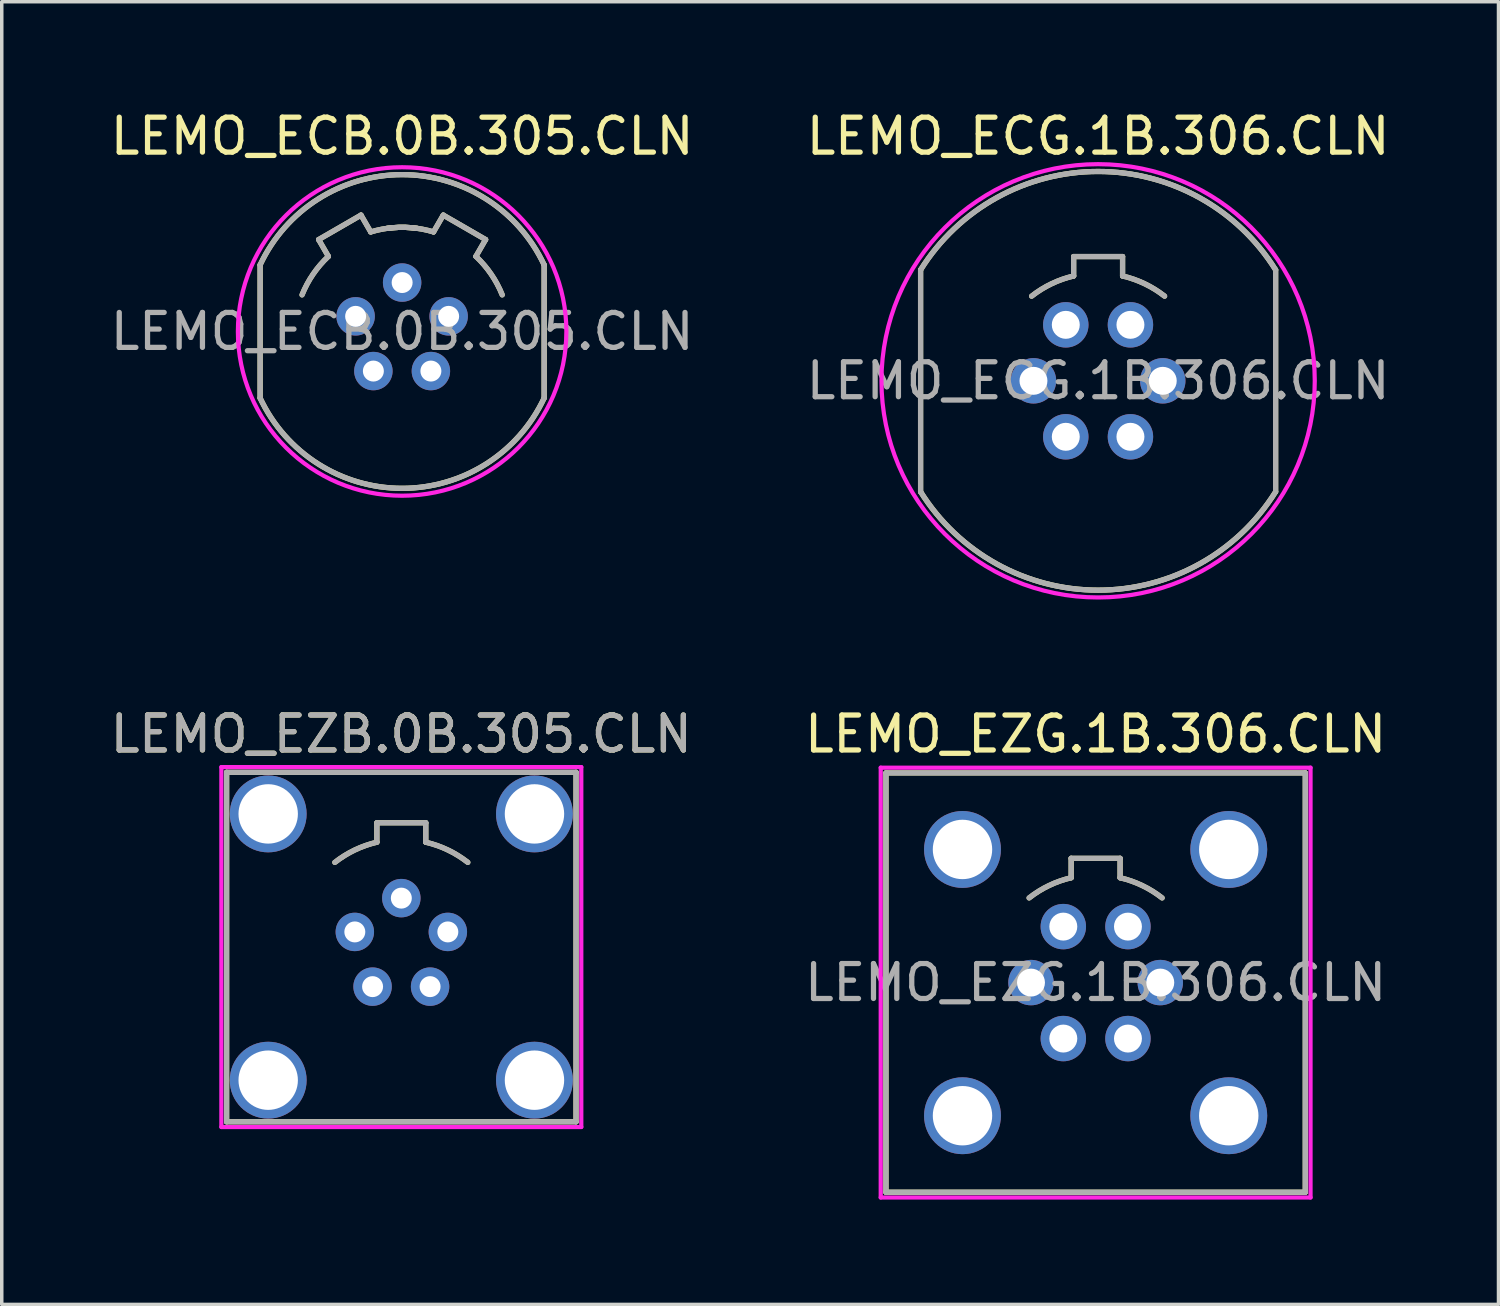
<source format=kicad_pcb>
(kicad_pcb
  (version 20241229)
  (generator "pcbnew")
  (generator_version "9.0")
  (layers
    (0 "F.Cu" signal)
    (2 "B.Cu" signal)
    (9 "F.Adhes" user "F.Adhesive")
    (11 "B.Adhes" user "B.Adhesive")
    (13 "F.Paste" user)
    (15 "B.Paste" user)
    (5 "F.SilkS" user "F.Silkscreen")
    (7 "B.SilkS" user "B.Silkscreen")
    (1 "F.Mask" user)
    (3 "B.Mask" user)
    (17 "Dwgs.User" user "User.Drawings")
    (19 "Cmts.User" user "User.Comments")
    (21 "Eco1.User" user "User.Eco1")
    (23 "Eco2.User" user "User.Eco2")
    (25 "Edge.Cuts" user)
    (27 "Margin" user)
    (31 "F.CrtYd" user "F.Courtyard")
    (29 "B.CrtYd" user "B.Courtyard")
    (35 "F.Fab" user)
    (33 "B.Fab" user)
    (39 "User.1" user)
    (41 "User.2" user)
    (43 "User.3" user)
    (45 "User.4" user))
  (footprint "LEMO_ECB.0B.305.CLN"
    (layer "F.Cu")
    (at 8.458 6.436)
    (property "Reference" "LEMO_ECB.0B.305.CLN" (at 0 -5.588 0) (layer "F.SilkS") (effects (font (size 1 1) (thickness 0.15))))
    (attr through_hole)
    (fp_line (start -4.064 -1.905) (end -4.064 1.905) (stroke (width 0.15) (type solid)) (layer "F.SilkS"))
    (fp_line (start -2.111 -2.149) (end -2.389 -2.63) (stroke (width 0.15) (type solid)) (layer "F.SilkS"))
    (fp_line (start -1.177 -3.33) (end -2.389 -2.63) (stroke (width 0.15) (type solid)) (layer "F.SilkS"))
    (fp_line (start -0.899 -2.849) (end -1.177 -3.33) (stroke (width 0.15) (type solid)) (layer "F.SilkS"))
    (fp_line (start 0.899 -2.849) (end 1.177 -3.33) (stroke (width 0.15) (type solid)) (layer "F.SilkS"))
    (fp_line (start 2.111 -2.149) (end 2.389 -2.63) (stroke (width 0.15) (type solid)) (layer "F.SilkS"))
    (fp_line (start 2.389 -2.63) (end 1.177 -3.33) (stroke (width 0.15) (type solid)) (layer "F.SilkS"))
    (fp_line (start 4.064 -1.905) (end 4.064 1.905) (stroke (width 0.15) (type solid)) (layer "F.SilkS"))
    (fp_arc (start -4.063999 -1.905) (mid 0 -4.488331) (end 4.063999 -1.904999) (stroke (width 0.15) (type solid)) (layer "F.SilkS"))
    (fp_arc (start -2.864187 -1.047846) (mid -2.548092 -1.639442) (end -2.111445 -2.148599) (stroke (width 0.15) (type solid)) (layer "F.SilkS"))
    (fp_arc (start -0.899009 -2.848599) (mid -0.239742 -2.972168) (end 0.430642 -2.950116) (stroke (width 0.15) (type solid)) (layer "F.SilkS"))
    (fp_arc (start -0.430642 -2.950116) (mid 0.239742 -2.972168) (end 0.899009 -2.848599) (stroke (width 0.15) (type solid)) (layer "F.SilkS"))
    (fp_arc (start 2.111445 -2.148599) (mid 2.548092 -1.639442) (end 2.864187 -1.047846) (stroke (width 0.15) (type solid)) (layer "F.SilkS"))
    (fp_arc (start 4.063999 1.905) (mid 0 4.488331) (end -4.063999 1.904999) (stroke (width 0.15) (type solid)) (layer "F.SilkS"))
    (fp_circle (center 0 0) (end 4.7 0) (stroke (width 0.12) (type solid)) (fill no) (layer "F.CrtYd"))
    (fp_line (start -4.064 -1.905) (end -4.064 1.905) (stroke (width 0.15) (type solid)) (layer "F.Fab"))
    (fp_line (start -2.111 -2.149) (end -2.389 -2.63) (stroke (width 0.15) (type solid)) (layer "F.Fab"))
    (fp_line (start -1.177 -3.33) (end -2.389 -2.63) (stroke (width 0.15) (type solid)) (layer "F.Fab"))
    (fp_line (start -0.899 -2.849) (end -1.177 -3.33) (stroke (width 0.15) (type solid)) (layer "F.Fab"))
    (fp_line (start 0.899 -2.849) (end 1.177 -3.33) (stroke (width 0.15) (type solid)) (layer "F.Fab"))
    (fp_line (start 2.111 -2.149) (end 2.389 -2.63) (stroke (width 0.15) (type solid)) (layer "F.Fab"))
    (fp_line (start 2.389 -2.63) (end 1.177 -3.33) (stroke (width 0.15) (type solid)) (layer "F.Fab"))
    (fp_line (start 4.064 -1.905) (end 4.064 1.905) (stroke (width 0.15) (type solid)) (layer "F.Fab"))
    (fp_arc (start -4.064985 -1.902895) (mid -0.001162 -4.488331) (end 4.063999 -1.904999) (stroke (width 0.15) (type solid)) (layer "F.Fab"))
    (fp_arc (start -2.864187 -1.047846) (mid -2.548092 -1.639442) (end -2.111445 -2.148599) (stroke (width 0.15) (type solid)) (layer "F.Fab"))
    (fp_arc (start -0.899009 -2.848599) (mid -0.239742 -2.972168) (end 0.430642 -2.950116) (stroke (width 0.15) (type solid)) (layer "F.Fab"))
    (fp_arc (start -0.430642 -2.950116) (mid 0.239742 -2.972168) (end 0.899009 -2.848599) (stroke (width 0.15) (type solid)) (layer "F.Fab"))
    (fp_arc (start 2.111445 -2.148599) (mid 2.548092 -1.639442) (end 2.864187 -1.047846) (stroke (width 0.15) (type solid)) (layer "F.Fab"))
    (fp_arc (start 4.064984 1.902895) (mid 0.001161 4.488331) (end -4.064 1.904999) (stroke (width 0.15) (type solid)) (layer "F.Fab"))
    (fp_text user "${REFERENCE}" (at 0 0 0) (layer "F.Fab") (effects (font (size 1 1) (thickness 0.15))))
    (pad "1" thru_hole circle (at 0 -1.4) (size 1.1 1.1) (drill 0.6) (layers "*.Cu" "*.Mask"))
    (pad "2" thru_hole circle (at -1.331 -0.433) (size 1.1 1.1) (drill 0.6) (layers "*.Cu" "*.Mask"))
    (pad "3" thru_hole circle (at -0.823 1.133) (size 1.1 1.1) (drill 0.6) (layers "*.Cu" "*.Mask"))
    (pad "4" thru_hole circle (at 0.823 1.133) (size 1.1 1.1) (drill 0.6) (layers "*.Cu" "*.Mask"))
    (pad "5" thru_hole circle (at 1.331 -0.433) (size 1.1 1.1) (drill 0.6) (layers "*.Cu" "*.Mask")))
  (footprint "LEMO_ECG.1B.306.CLN"
    (layer "F.Cu")
    (at 28.375 7.848)
    (property "Reference" "LEMO_ECG.1B.306.CLN" (at 0 -7 0) (layer "F.SilkS") (effects (font (size 1 1) (thickness 0.15))))
    (attr through_hole)
    (fp_line (start -5.08 -3.175) (end -5.08 3.175) (stroke (width 0.15) (type solid)) (layer "F.SilkS"))
    (fp_line (start -0.7 -3) (end -0.7 -3.556) (stroke (width 0.15) (type solid)) (layer "F.SilkS"))
    (fp_line (start 0.7 -3.556) (end -0.7 -3.556) (stroke (width 0.15) (type solid)) (layer "F.SilkS"))
    (fp_line (start 0.7 -3) (end 0.7 -3.556) (stroke (width 0.15) (type solid)) (layer "F.SilkS"))
    (fp_line (start 5.08 -3.175) (end 5.08 3.175) (stroke (width 0.15) (type solid)) (layer "F.SilkS"))
    (fp_arc (start -5.079999 -3.175) (mid 0 -5.990577) (end 5.079999 -3.174999) (stroke (width 0.15) (type solid)) (layer "F.SilkS"))
    (fp_arc (start -1.90227 -2.423091) (mid -1.332726 -2.777381) (end -0.7 -3) (stroke (width 0.15) (type solid)) (layer "F.SilkS"))
    (fp_arc (start 0.7 -3) (mid 1.332726 -2.77738) (end 1.90227 -2.423091) (stroke (width 0.15) (type solid)) (layer "F.SilkS"))
    (fp_arc (start 5.079999 3.175) (mid 0 5.990577) (end -5.079999 3.174999) (stroke (width 0.15) (type solid)) (layer "F.SilkS"))
    (fp_circle (center 0 0) (end 6.2 0) (stroke (width 0.12) (type solid)) (fill no) (layer "F.CrtYd"))
    (fp_line (start -5.08 -3.175) (end -5.08 3.175) (stroke (width 0.15) (type solid)) (layer "F.Fab"))
    (fp_line (start -0.7 -3) (end -0.7 -3.556) (stroke (width 0.15) (type solid)) (layer "F.Fab"))
    (fp_line (start 0.7 -3.556) (end -0.7 -3.556) (stroke (width 0.15) (type solid)) (layer "F.Fab"))
    (fp_line (start 0.7 -3) (end 0.7 -3.556) (stroke (width 0.15) (type solid)) (layer "F.Fab"))
    (fp_line (start 5.08 -3.175) (end 5.08 3.175) (stroke (width 0.15) (type solid)) (layer "F.Fab"))
    (fp_arc (start -5.080596 -3.174045) (mid -0.000563 -5.990577) (end 5.079998 -3.174999) (stroke (width 0.15) (type solid)) (layer "F.Fab"))
    (fp_arc (start -1.90227 -2.423091) (mid -1.332726 -2.777381) (end -0.7 -3) (stroke (width 0.15) (type solid)) (layer "F.Fab"))
    (fp_arc (start 0.7 -3) (mid 1.332726 -2.77738) (end 1.90227 -2.423091) (stroke (width 0.15) (type solid)) (layer "F.Fab"))
    (fp_arc (start 5.080595 3.174045) (mid 0.000562 5.990577) (end -5.079999 3.174999) (stroke (width 0.15) (type solid)) (layer "F.Fab"))
    (fp_text user "${REFERENCE}" (at 0 0 0) (layer "F.Fab") (effects (font (size 1 1) (thickness 0.15))))
    (pad "1" thru_hole circle (at -0.925 -1.602) (size 1.3 1.3) (drill 0.8) (layers "*.Cu" "*.Mask"))
    (pad "2" thru_hole circle (at -1.85 0) (size 1.3 1.3) (drill 0.8) (layers "*.Cu" "*.Mask"))
    (pad "3" thru_hole circle (at -0.925 1.602) (size 1.3 1.3) (drill 0.8) (layers "*.Cu" "*.Mask"))
    (pad "4" thru_hole circle (at 0.925 1.602) (size 1.3 1.3) (drill 0.8) (layers "*.Cu" "*.Mask"))
    (pad "5" thru_hole circle (at 1.85 0) (size 1.3 1.3) (drill 0.8) (layers "*.Cu" "*.Mask"))
    (pad "6" thru_hole circle (at 0.925 -1.602) (size 1.3 1.3) (drill 0.8) (layers "*.Cu" "*.Mask")))
  (footprint "LEMO_EZG.1B.306.CLN"
    (layer "F.Cu")
    (at 28.304 25.069)
    (property "Reference" "LEMO_EZG.1B.306.CLN" (at 0 -7.112 0) (layer "F.SilkS") (effects (font (size 1 1) (thickness 0.15))))
    (attr through_hole)
    (fp_line (start -6 -6) (end 6 -6) (stroke (width 0.15) (type solid)) (layer "F.SilkS"))
    (fp_line (start -6 6) (end -6 -6) (stroke (width 0.15) (type solid)) (layer "F.SilkS"))
    (fp_line (start -0.7 -3) (end -0.7 -3.556) (stroke (width 0.15) (type solid)) (layer "F.SilkS"))
    (fp_line (start 0.7 -3.556) (end -0.7 -3.556) (stroke (width 0.15) (type solid)) (layer "F.SilkS"))
    (fp_line (start 0.7 -3) (end 0.7 -3.556) (stroke (width 0.15) (type solid)) (layer "F.SilkS"))
    (fp_line (start 6 -6) (end 6 6) (stroke (width 0.15) (type solid)) (layer "F.SilkS"))
    (fp_line (start 6 6) (end -6 6) (stroke (width 0.15) (type solid)) (layer "F.SilkS"))
    (fp_arc (start -1.90227 -2.423091) (mid -1.332726 -2.777381) (end -0.7 -3) (stroke (width 0.15) (type solid)) (layer "F.SilkS"))
    (fp_arc (start 0.7 -3) (mid 1.332726 -2.77738) (end 1.90227 -2.423091) (stroke (width 0.15) (type solid)) (layer "F.SilkS"))
    (fp_line (start -6.15 -6.15) (end 6.15 -6.15) (stroke (width 0.12) (type solid)) (layer "F.CrtYd"))
    (fp_line (start -6.15 6.15) (end -6.15 -6.15) (stroke (width 0.12) (type solid)) (layer "F.CrtYd"))
    (fp_line (start 6.15 -6.15) (end 6.15 6.15) (stroke (width 0.12) (type solid)) (layer "F.CrtYd"))
    (fp_line (start 6.15 6.15) (end -6.15 6.15) (stroke (width 0.12) (type solid)) (layer "F.CrtYd"))
    (fp_line (start -6 -6) (end 6 -6) (stroke (width 0.15) (type solid)) (layer "F.Fab"))
    (fp_line (start -6 6) (end -6 -6) (stroke (width 0.15) (type solid)) (layer "F.Fab"))
    (fp_line (start -0.7 -3) (end -0.7 -3.556) (stroke (width 0.15) (type solid)) (layer "F.Fab"))
    (fp_line (start 0.7 -3.556) (end -0.7 -3.556) (stroke (width 0.15) (type solid)) (layer "F.Fab"))
    (fp_line (start 0.7 -3) (end 0.7 -3.556) (stroke (width 0.15) (type solid)) (layer "F.Fab"))
    (fp_line (start 6 -6) (end 6 6) (stroke (width 0.15) (type solid)) (layer "F.Fab"))
    (fp_line (start 6 6) (end -6 6) (stroke (width 0.15) (type solid)) (layer "F.Fab"))
    (fp_arc (start -1.905 -2.423091) (mid -1.335456 -2.777381) (end -0.70273 -3) (stroke (width 0.15) (type solid)) (layer "F.Fab"))
    (fp_arc (start 0.7 -3) (mid 1.332726 -2.77738) (end 1.90227 -2.423091) (stroke (width 0.15) (type solid)) (layer "F.Fab"))
    (fp_text user "${REFERENCE}" (at 0 0 0) (layer "F.Fab") (effects (font (size 1 1) (thickness 0.15))))
    (pad "1" thru_hole circle (at -0.925 -1.602) (size 1.3 1.3) (drill 0.8) (layers "*.Cu" "*.Mask"))
    (pad "2" thru_hole circle (at -1.85 0) (size 1.3 1.3) (drill 0.8) (layers "*.Cu" "*.Mask"))
    (pad "3" thru_hole circle (at -0.925 1.602) (size 1.3 1.3) (drill 0.8) (layers "*.Cu" "*.Mask"))
    (pad "4" thru_hole circle (at 0.925 1.602) (size 1.3 1.3) (drill 0.8) (layers "*.Cu" "*.Mask"))
    (pad "5" thru_hole circle (at 1.85 0) (size 1.3 1.3) (drill 0.8) (layers "*.Cu" "*.Mask"))
    (pad "6" thru_hole circle (at 0.925 -1.602) (size 1.3 1.3) (drill 0.8) (layers "*.Cu" "*.Mask"))
    (pad "SH" thru_hole circle (at -3.81 -3.81) (size 2.2 2.2) (drill 1.7) (layers "*.Cu" "*.Mask"))
    (pad "SH" thru_hole circle (at -3.81 3.81) (size 2.2 2.2) (drill 1.7) (layers "*.Cu" "*.Mask"))
    (pad "SH" thru_hole circle (at 3.81 -3.81) (size 2.2 2.2) (drill 1.7) (layers "*.Cu" "*.Mask"))
    (pad "SH" thru_hole circle (at 3.81 3.81) (size 2.2 2.2) (drill 1.7) (layers "*.Cu" "*.Mask")))
  (footprint "LEMO_EZB.0B.305.CLN"
    (layer "F.Cu")
    (at 8.435 24.052)
    (property "Reference" "LEMO_EZB.0B.305.CLN" (at 0 -6.096 0) (layer "F.SilkS") (effects (font (size 1 1) (thickness 0.15))))
    (attr through_hole)
    (fp_line (start -5 -5) (end 5 -5) (stroke (width 0.15) (type solid)) (layer "F.SilkS"))
    (fp_line (start -5 5) (end -5 -5) (stroke (width 0.15) (type solid)) (layer "F.SilkS"))
    (fp_line (start -0.7 -3) (end -0.7 -3.556) (stroke (width 0.15) (type solid)) (layer "F.SilkS"))
    (fp_line (start 0.7 -3.556) (end -0.7 -3.556) (stroke (width 0.15) (type solid)) (layer "F.SilkS"))
    (fp_line (start 0.7 -3) (end 0.7 -3.556) (stroke (width 0.15) (type solid)) (layer "F.SilkS"))
    (fp_line (start 5 -5) (end 5 5) (stroke (width 0.15) (type solid)) (layer "F.SilkS"))
    (fp_line (start 5 5) (end -5 5) (stroke (width 0.15) (type solid)) (layer "F.SilkS"))
    (fp_arc (start -1.90227 -2.423091) (mid -1.332726 -2.777381) (end -0.7 -3) (stroke (width 0.15) (type solid)) (layer "F.SilkS"))
    (fp_arc (start 0.7 -3) (mid 1.332726 -2.77738) (end 1.90227 -2.423091) (stroke (width 0.15) (type solid)) (layer "F.SilkS"))
    (fp_line (start -5.15 -5.15) (end 5.15 -5.15) (stroke (width 0.12) (type solid)) (layer "F.CrtYd"))
    (fp_line (start -5.15 5.15) (end -5.15 -5.15) (stroke (width 0.12) (type solid)) (layer "F.CrtYd"))
    (fp_line (start 5.15 -5.15) (end 5.15 5.15) (stroke (width 0.12) (type solid)) (layer "F.CrtYd"))
    (fp_line (start 5.15 5.15) (end -5.15 5.15) (stroke (width 0.12) (type solid)) (layer "F.CrtYd"))
    (fp_line (start -5 -5) (end 5 -5) (stroke (width 0.15) (type solid)) (layer "F.Fab"))
    (fp_line (start -5 5) (end -5 -5) (stroke (width 0.15) (type solid)) (layer "F.Fab"))
    (fp_line (start -0.7 -3) (end -0.7 -3.556) (stroke (width 0.15) (type solid)) (layer "F.Fab"))
    (fp_line (start 0.7 -3.556) (end -0.7 -3.556) (stroke (width 0.15) (type solid)) (layer "F.Fab"))
    (fp_line (start 0.7 -3) (end 0.7 -3.556) (stroke (width 0.15) (type solid)) (layer "F.Fab"))
    (fp_line (start 5 -5) (end 5 5) (stroke (width 0.15) (type solid)) (layer "F.Fab"))
    (fp_line (start 5 5) (end -5 5) (stroke (width 0.15) (type solid)) (layer "F.Fab"))
    (fp_arc (start -1.90227 -2.423091) (mid -1.332726 -2.777381) (end -0.7 -3) (stroke (width 0.15) (type solid)) (layer "F.Fab"))
    (fp_arc (start 0.7 -3) (mid 1.332726 -2.77738) (end 1.90227 -2.423091) (stroke (width 0.15) (type solid)) (layer "F.Fab"))
    (fp_text user "${REFERENCE}" (at 0 -6.096 0) (layer "F.Fab") (effects (font (size 1 1) (thickness 0.15))))
    (pad "" np_thru_hole circle (at -3.81 -3.81) (size 2.2 2.2) (drill 1.7) (layers "*.Cu" "*.Mask"))
    (pad "" np_thru_hole circle (at -3.81 3.81) (size 2.2 2.2) (drill 1.7) (layers "*.Cu" "*.Mask"))
    (pad "" np_thru_hole circle (at 3.81 -3.81) (size 2.2 2.2) (drill 1.7) (layers "*.Cu" "*.Mask"))
    (pad "" np_thru_hole circle (at 3.81 3.81) (size 2.2 2.2) (drill 1.7) (layers "*.Cu" "*.Mask"))
    (pad "1" thru_hole circle (at 0 -1.4) (size 1.1 1.1) (drill 0.6) (layers "*.Cu" "*.Mask"))
    (pad "2" thru_hole circle (at -1.331 -0.433) (size 1.1 1.1) (drill 0.6) (layers "*.Cu" "*.Mask"))
    (pad "3" thru_hole circle (at -0.823 1.133) (size 1.1 1.1) (drill 0.6) (layers "*.Cu" "*.Mask"))
    (pad "4" thru_hole circle (at 0.823 1.133) (size 1.1 1.1) (drill 0.6) (layers "*.Cu" "*.Mask"))
    (pad "5" thru_hole circle (at 1.331 -0.433) (size 1.1 1.1) (drill 0.6) (layers "*.Cu" "*.Mask")))
  (gr_rect
    (start -3 -3)
    (end 39.833 34.279)
    (stroke (width 0.1) (type default))
    (fill no)
    (layer "Edge.Cuts")))
</source>
